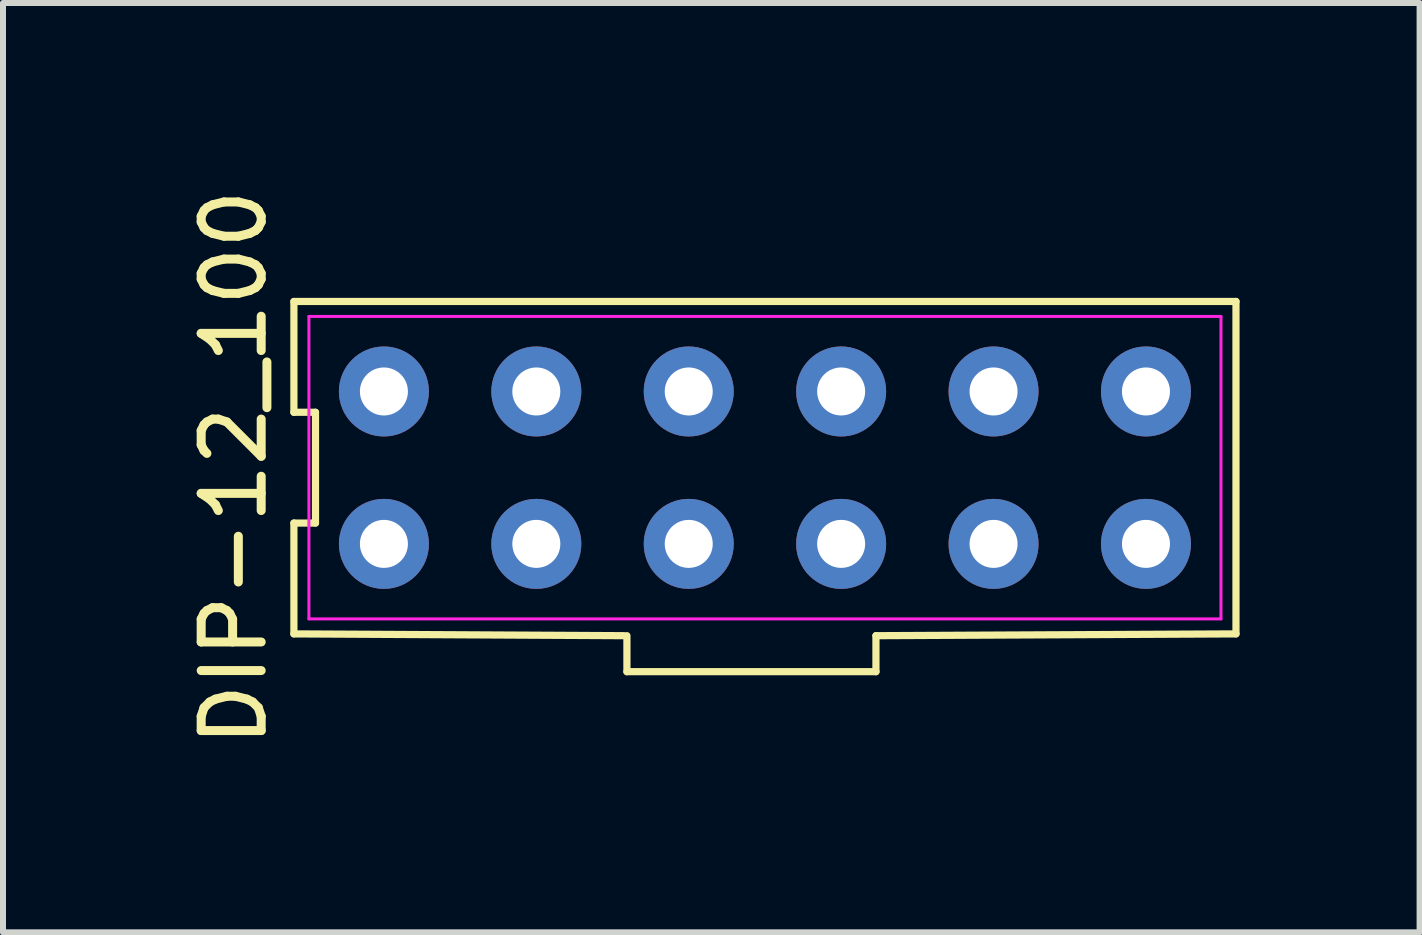
<source format=kicad_pcb>
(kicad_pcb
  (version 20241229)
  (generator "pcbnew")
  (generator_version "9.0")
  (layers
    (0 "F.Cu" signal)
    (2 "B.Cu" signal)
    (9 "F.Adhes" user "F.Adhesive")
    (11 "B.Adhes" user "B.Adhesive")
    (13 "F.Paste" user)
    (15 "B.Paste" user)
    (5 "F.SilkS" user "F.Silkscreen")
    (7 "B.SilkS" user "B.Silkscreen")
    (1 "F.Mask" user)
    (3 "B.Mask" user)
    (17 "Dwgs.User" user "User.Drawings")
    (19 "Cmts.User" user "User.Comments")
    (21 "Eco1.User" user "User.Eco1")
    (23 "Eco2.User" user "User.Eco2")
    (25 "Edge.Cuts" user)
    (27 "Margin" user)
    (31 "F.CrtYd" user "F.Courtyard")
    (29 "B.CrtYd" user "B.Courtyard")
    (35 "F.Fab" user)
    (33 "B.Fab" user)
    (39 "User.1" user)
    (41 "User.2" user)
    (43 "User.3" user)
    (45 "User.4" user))
  (footprint "DIP-12_100"
    (layer "F.Cu")
    (at 9.698 4.744)
    (property "Reference" "DIP-12_100" (at -8.85 0 90) (layer "F.SilkS") (effects (font (size 1 1) (thickness 0.15))))
    (fp_line (start -7.85 -2.77) (end -7.85 -0.923) (stroke (width 0.12) (type solid)) (layer "F.SilkS"))
    (fp_line (start -7.85 -0.923) (end -7.49 -0.923) (stroke (width 0.12) (type solid)) (layer "F.SilkS"))
    (fp_line (start -7.85 0.923) (end -7.85 2.77) (stroke (width 0.12) (type solid)) (layer "F.SilkS"))
    (fp_line (start -7.49 -0.923) (end -7.49 0.923) (stroke (width 0.12) (type solid)) (layer "F.SilkS"))
    (fp_line (start -7.49 0.923) (end -7.85 0.923) (stroke (width 0.12) (type solid)) (layer "F.SilkS"))
    (fp_line (start -2.35 2.8) (end -7.85 2.77) (stroke (width 0.12) (type solid)) (layer "F.SilkS"))
    (fp_line (start -2.3 2.8) (end -2.3 3.4) (stroke (width 0.12) (type solid)) (layer "F.SilkS"))
    (fp_line (start -2.3 3.4) (end 1.85 3.4) (stroke (width 0.12) (type solid)) (layer "F.SilkS"))
    (fp_line (start 1.85 2.8) (end 7.85 2.77) (stroke (width 0.12) (type solid)) (layer "F.SilkS"))
    (fp_line (start 1.85 3.4) (end 1.85 2.8) (stroke (width 0.12) (type solid)) (layer "F.SilkS"))
    (fp_line (start 7.85 -2.77) (end -7.85 -2.77) (stroke (width 0.12) (type solid)) (layer "F.SilkS"))
    (fp_line (start 7.85 2.77) (end 7.85 -2.77) (stroke (width 0.12) (type solid)) (layer "F.SilkS"))
    (fp_line (start -7.6 -2.52) (end 7.6 -2.52) (stroke (width 0.05) (type solid)) (layer "F.CrtYd"))
    (fp_line (start -7.6 2.52) (end -7.6 -2.52) (stroke (width 0.05) (type solid)) (layer "F.CrtYd"))
    (fp_line (start 7.6 -2.52) (end 7.6 2.52) (stroke (width 0.05) (type solid)) (layer "F.CrtYd"))
    (fp_line (start 7.6 2.52) (end -7.6 2.52) (stroke (width 0.05) (type solid)) (layer "F.CrtYd"))
    (pad "1" thru_hole circle (at -6.35 1.27) (size 1.5 1.5) (drill 0.8) (layers "*.Cu" "*.Mask"))
    (pad "2" thru_hole circle (at -3.81 1.27) (size 1.5 1.5) (drill 0.8) (layers "*.Cu" "*.Mask"))
    (pad "3" thru_hole circle (at -1.27 1.27) (size 1.5 1.5) (drill 0.8) (layers "*.Cu" "*.Mask"))
    (pad "4" thru_hole circle (at 1.27 1.27) (size 1.5 1.5) (drill 0.8) (layers "*.Cu" "*.Mask"))
    (pad "5" thru_hole circle (at 3.81 1.27) (size 1.5 1.5) (drill 0.8) (layers "*.Cu" "*.Mask"))
    (pad "6" thru_hole circle (at 6.35 1.27) (size 1.5 1.5) (drill 0.8) (layers "*.Cu" "*.Mask"))
    (pad "7" thru_hole circle (at 6.35 -1.27) (size 1.5 1.5) (drill 0.8) (layers "*.Cu" "*.Mask"))
    (pad "8" thru_hole circle (at 3.81 -1.27) (size 1.5 1.5) (drill 0.8) (layers "*.Cu" "*.Mask"))
    (pad "9" thru_hole circle (at 1.27 -1.27) (size 1.5 1.5) (drill 0.8) (layers "*.Cu" "*.Mask"))
    (pad "10" thru_hole circle (at -1.27 -1.27) (size 1.5 1.5) (drill 0.8) (layers "*.Cu" "*.Mask"))
    (pad "11" thru_hole circle (at -3.81 -1.27) (size 1.5 1.5) (drill 0.8) (layers "*.Cu" "*.Mask"))
    (pad "12" thru_hole circle (at -6.35 -1.27) (size 1.5 1.5) (drill 0.8) (layers "*.Cu" "*.Mask")))
  (gr_rect
    (start -3 -3)
    (end 20.608 12.488)
    (stroke (width 0.1) (type default))
    (fill no)
    (layer "Edge.Cuts")))
</source>
